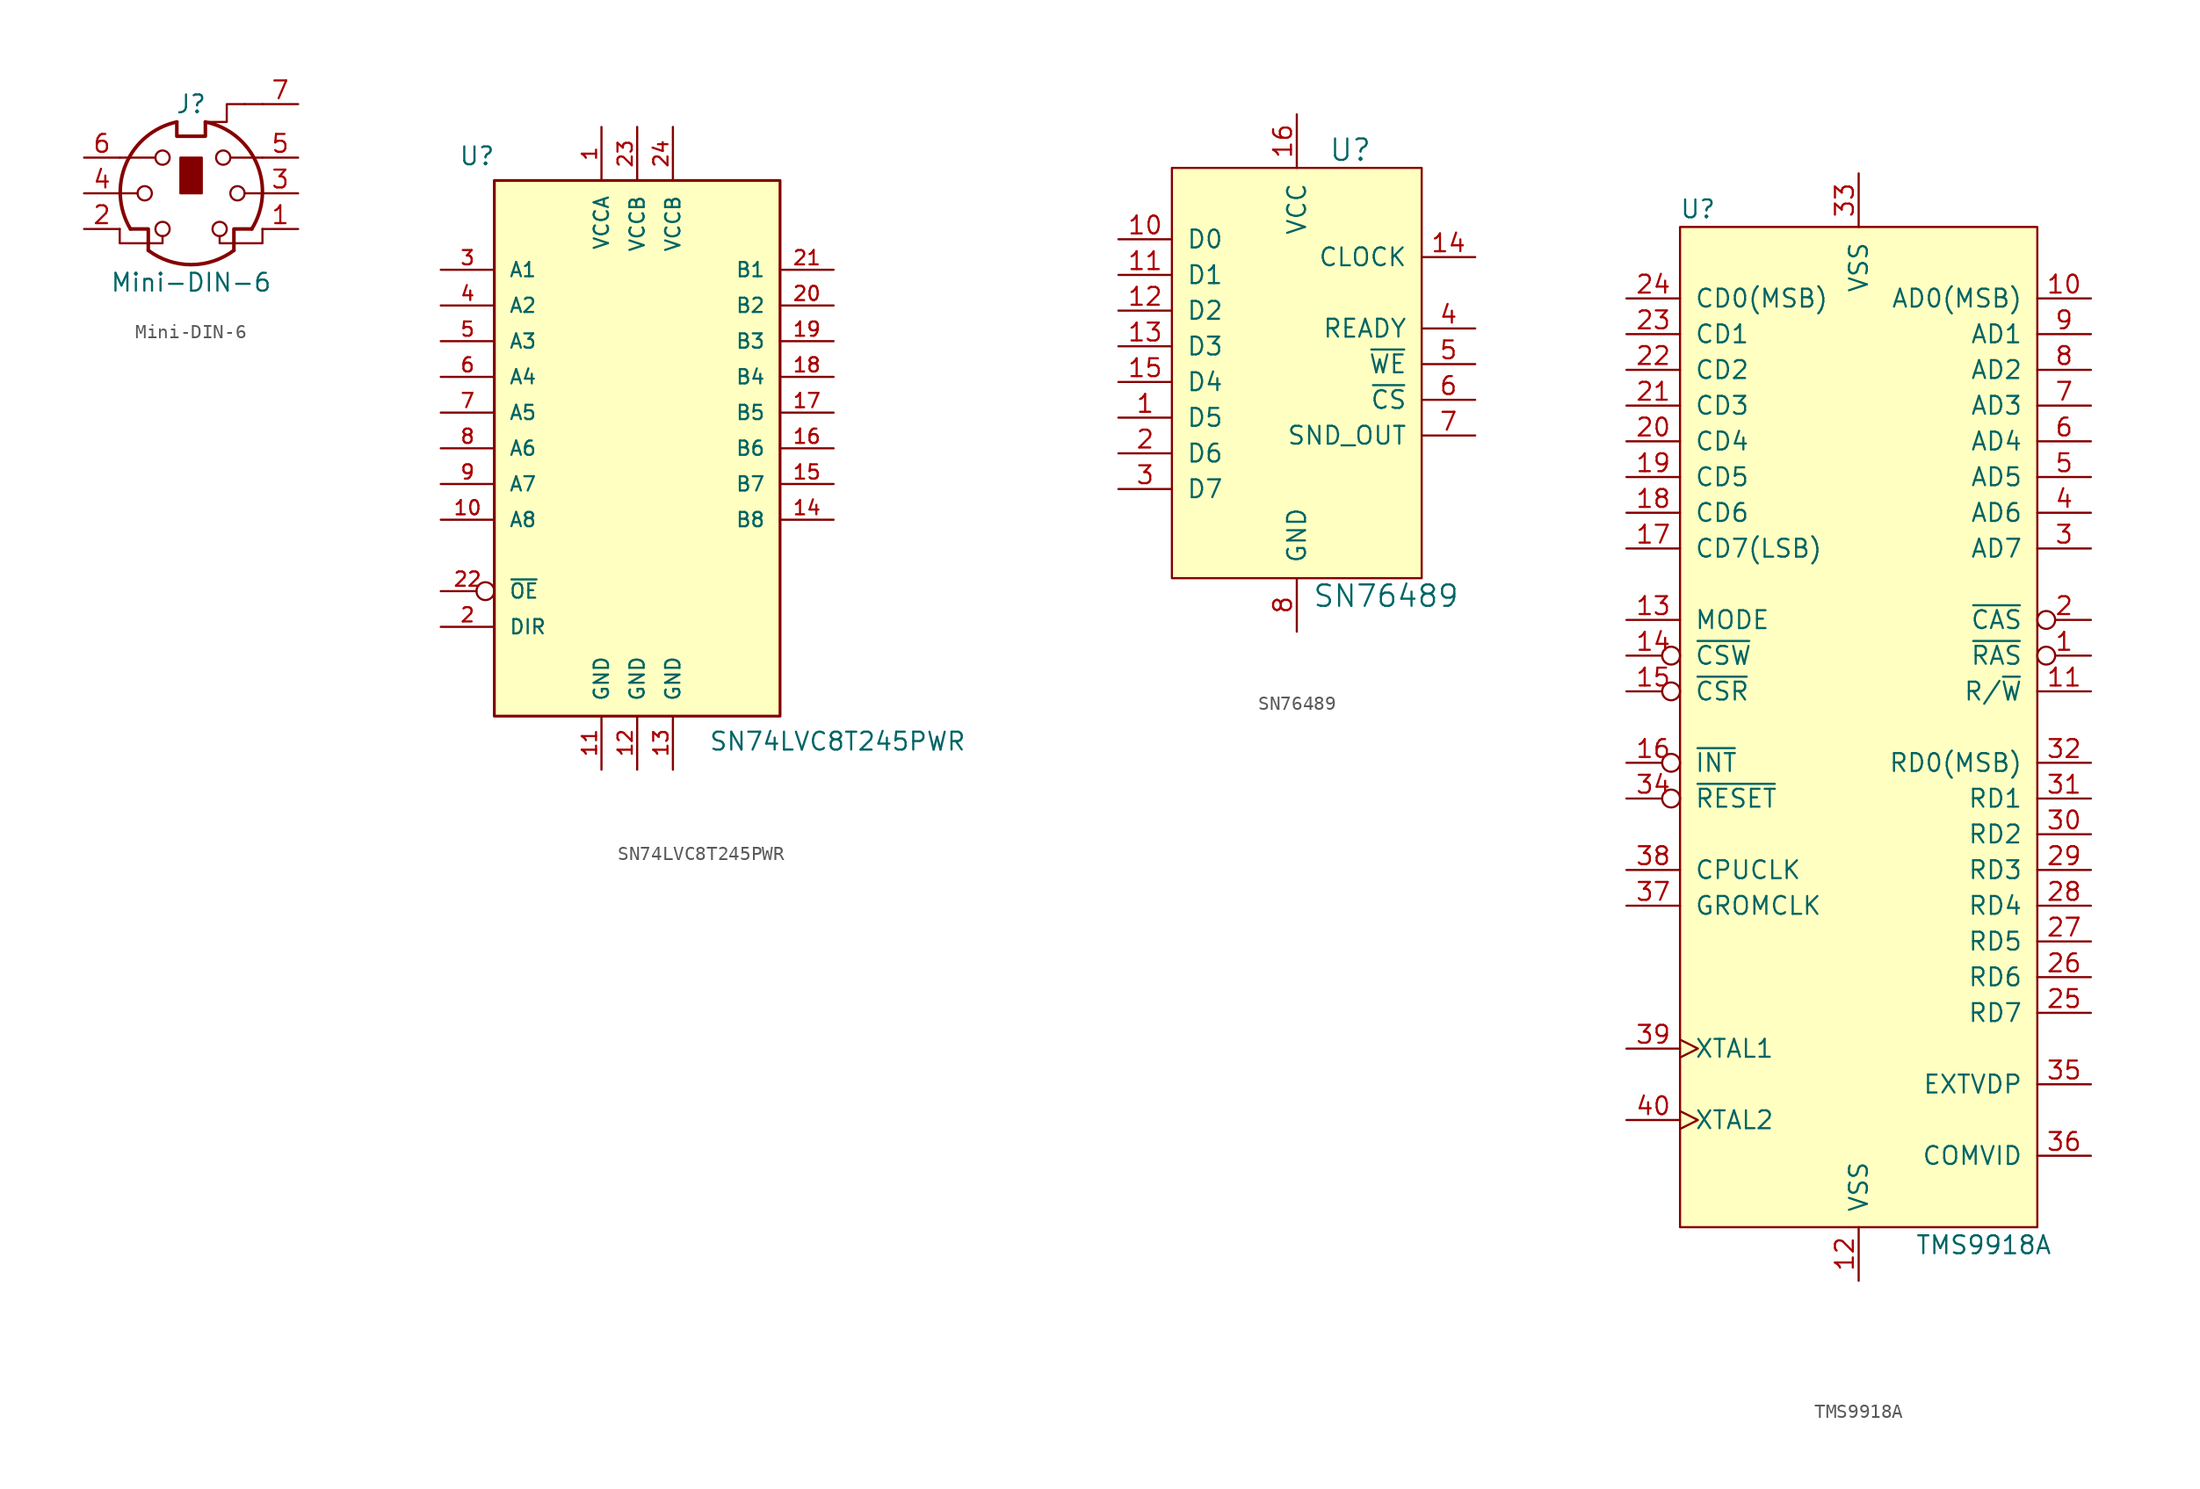
<source format=kicad_sym>
(kicad_symbol_lib
  (version 20220914)
  (generator kicad_symbol_editor)
  (symbol "Mini-DIN-6"
    (pin_names
      (offset 1.016))
    (property "Reference" "J"
      (at 0 6.35 0)
      (effects (font (size 1.27 1.27))))
    (property "Value" "Mini-DIN-6"
      (at 0 -6.35 0)
      (effects (font (size 1.27 1.27))))
    (symbol "Mini-DIN-6_0_1"
      (circle (center -3.302 0) (radius 0.508) (stroke (width 0) (type default)) (fill (type none)))
      (arc (start -3.048 -4.064) (mid 0 -5.08) (end 3.048 -4.064) (stroke (width 0.254) (type default)) (fill (type none)))
      (circle (center -2.032 -2.54) (radius 0.508) (stroke (width 0) (type default)) (fill (type none)))
      (circle (center -2.032 2.54) (radius 0.508) (stroke (width 0) (type default)) (fill (type none)))
      (arc (start -1.016 5.08) (mid -4.6228 2.1214) (end -4.318 -2.54) (stroke (width 0.254) (type default)) (fill (type none)))
      (rectangle (start -0.762 2.54) (end 0.762 0) (stroke (width 0) (type default)) (fill (type outline)))
      (polyline (pts (xy -3.81 0) (xy -5.08 0)) (stroke (width 0) (type default)) (fill (type none)))
      (polyline (pts (xy -2.54 2.54) (xy -5.08 2.54)) (stroke (width 0) (type default)) (fill (type none)))
      (polyline (pts (xy 2.794 2.54) (xy 5.08 2.54)) (stroke (width 0) (type default)) (fill (type none)))
      (polyline (pts (xy 5.08 0) (xy 3.81 0)) (stroke (width 0) (type default)) (fill (type none)))
      (polyline (pts (xy 5.08 6.35) (xy 3.81 6.35)) (stroke (width 0) (type default)) (fill (type none)))
      (polyline (pts (xy -4.318 -2.54) (xy -3.048 -2.54) (xy -3.048 -4.064)) (stroke (width 0.254) (type default)) (fill (type none)))
      (polyline (pts (xy 4.318 -2.54) (xy 3.048 -2.54) (xy 3.048 -4.064)) (stroke (width 0.254) (type default)) (fill (type none)))
      (polyline (pts (xy -2.032 -3.048) (xy -2.032 -3.556) (xy -5.08 -3.556) (xy -5.08 -2.54)) (stroke (width 0) (type default)) (fill (type none)))
      (polyline (pts (xy -1.016 5.08) (xy -1.016 4.064) (xy 1.016 4.064) (xy 1.016 5.08)) (stroke (width 0.254) (type default)) (fill (type none)))
      (polyline (pts (xy 2.032 -3.048) (xy 2.032 -3.556) (xy 5.08 -3.556) (xy 5.08 -2.54)) (stroke (width 0) (type default)) (fill (type none)))
      (polyline (pts (xy 3.81 6.35) (xy 2.54 6.35) (xy 2.54 5.08) (xy 1.27 5.08)) (stroke (width 0) (type default)) (fill (type none)))
      (circle (center 2.032 -2.54) (radius 0.508) (stroke (width 0) (type default)) (fill (type none)))
      (circle (center 2.286 2.54) (radius 0.508) (stroke (width 0) (type default)) (fill (type none)))
      (circle (center 3.302 0) (radius 0.508) (stroke (width 0) (type default)) (fill (type none)))
      (arc (start 4.318 -2.54) (mid 4.6661 2.1322) (end 1.016 5.08) (stroke (width 0.254) (type default)) (fill (type none))))
    (symbol "Mini-DIN-6_1_1"
      (pin passive line (at 7.62 -2.54 180) (length 2.54) (name "~" (effects (font (size 1.27 1.27)))) (number "1" (effects (font (size 1.27 1.27)))))
      (pin passive line (at -7.62 -2.54 0) (length 2.54) (name "~" (effects (font (size 1.27 1.27)))) (number "2" (effects (font (size 1.27 1.27)))))
      (pin passive line (at 7.62 0 180) (length 2.54) (name "~" (effects (font (size 1.27 1.27)))) (number "3" (effects (font (size 1.27 1.27)))))
      (pin passive line (at -7.62 0 0) (length 2.54) (name "~" (effects (font (size 1.27 1.27)))) (number "4" (effects (font (size 1.27 1.27)))))
      (pin passive line (at 7.62 2.54 180) (length 2.54) (name "~" (effects (font (size 1.27 1.27)))) (number "5" (effects (font (size 1.27 1.27)))))
      (pin passive line (at -7.62 2.54 0) (length 2.54) (name "~" (effects (font (size 1.27 1.27)))) (number "6" (effects (font (size 1.27 1.27)))))
      (pin power_in line (at 7.62 6.35 180) (length 2.54) (name "~" (effects (font (size 1.27 1.27)))) (number "7" (effects (font (size 1.27 1.27)))))))
  (symbol "SN74LVC8T245PWR"
    (pin_names
      (offset 1.016))
    (property "Reference" "U"
      (at -12.7 31.471 0)
      (effects (font (size 1.27 1.27)) (justify left bottom)))
    (property "Value" "SN74LVC8T245PWR"
      (at 5.08 -10.16 0)
      (effects (font (size 1.27 1.27)) (justify left bottom)))
    (symbol "SN74LVC8T245PWR_0_0"
      (rectangle (start -10.16 -7.62) (end 10.16 30.48) (stroke (width 0.203) (type default)) (fill (type background)))
      (pin power_in line (at -2.54 34.29 270) (length 3.81) (name "VCCA" (effects (font (size 1.016 1.016)))) (number "1" (effects (font (size 1.016 1.016)))))
      (pin bidirectional line (at -13.97 6.35 0) (length 3.81) (name "A8" (effects (font (size 1.016 1.016)))) (number "10" (effects (font (size 1.016 1.016)))))
      (pin power_in line (at -2.54 -11.43 90) (length 3.81) (name "GND" (effects (font (size 1.016 1.016)))) (number "11" (effects (font (size 1.016 1.016)))))
      (pin power_in line (at 0 -11.43 90) (length 3.81) (name "GND" (effects (font (size 1.016 1.016)))) (number "12" (effects (font (size 1.016 1.016)))))
      (pin power_in line (at 2.54 -11.43 90) (length 3.81) (name "GND" (effects (font (size 1.016 1.016)))) (number "13" (effects (font (size 1.016 1.016)))))
      (pin bidirectional line (at 13.97 6.35 180) (length 3.81) (name "B8" (effects (font (size 1.016 1.016)))) (number "14" (effects (font (size 1.016 1.016)))))
      (pin bidirectional line (at 13.97 8.89 180) (length 3.81) (name "B7" (effects (font (size 1.016 1.016)))) (number "15" (effects (font (size 1.016 1.016)))))
      (pin bidirectional line (at 13.97 11.43 180) (length 3.81) (name "B6" (effects (font (size 1.016 1.016)))) (number "16" (effects (font (size 1.016 1.016)))))
      (pin bidirectional line (at 13.97 13.97 180) (length 3.81) (name "B5" (effects (font (size 1.016 1.016)))) (number "17" (effects (font (size 1.016 1.016)))))
      (pin bidirectional line (at 13.97 16.51 180) (length 3.81) (name "B4" (effects (font (size 1.016 1.016)))) (number "18" (effects (font (size 1.016 1.016)))))
      (pin bidirectional line (at 13.97 19.05 180) (length 3.81) (name "B3" (effects (font (size 1.016 1.016)))) (number "19" (effects (font (size 1.016 1.016)))))
      (pin input line (at -13.97 -1.27 0) (length 3.81) (name "DIR" (effects (font (size 1.016 1.016)))) (number "2" (effects (font (size 1.016 1.016)))))
      (pin bidirectional line (at 13.97 21.59 180) (length 3.81) (name "B2" (effects (font (size 1.016 1.016)))) (number "20" (effects (font (size 1.016 1.016)))))
      (pin bidirectional line (at 13.97 24.13 180) (length 3.81) (name "B1" (effects (font (size 1.016 1.016)))) (number "21" (effects (font (size 1.016 1.016)))))
      (pin input inverted (at -13.97 1.27 0) (length 3.81) (name "~{OE}" (effects (font (size 1.016 1.016)))) (number "22" (effects (font (size 1.016 1.016)))))
      (pin power_in line (at 0 34.29 270) (length 3.81) (name "VCCB" (effects (font (size 1.016 1.016)))) (number "23" (effects (font (size 1.016 1.016)))))
      (pin power_in line (at 2.54 34.29 270) (length 3.81) (name "VCCB" (effects (font (size 1.016 1.016)))) (number "24" (effects (font (size 1.016 1.016)))))
      (pin bidirectional line (at -13.97 24.13 0) (length 3.81) (name "A1" (effects (font (size 1.016 1.016)))) (number "3" (effects (font (size 1.016 1.016)))))
      (pin bidirectional line (at -13.97 21.59 0) (length 3.81) (name "A2" (effects (font (size 1.016 1.016)))) (number "4" (effects (font (size 1.016 1.016)))))
      (pin bidirectional line (at -13.97 19.05 0) (length 3.81) (name "A3" (effects (font (size 1.016 1.016)))) (number "5" (effects (font (size 1.016 1.016)))))
      (pin bidirectional line (at -13.97 16.51 0) (length 3.81) (name "A4" (effects (font (size 1.016 1.016)))) (number "6" (effects (font (size 1.016 1.016)))))
      (pin bidirectional line (at -13.97 13.97 0) (length 3.81) (name "A5" (effects (font (size 1.016 1.016)))) (number "7" (effects (font (size 1.016 1.016)))))
      (pin bidirectional line (at -13.97 11.43 0) (length 3.81) (name "A6" (effects (font (size 1.016 1.016)))) (number "8" (effects (font (size 1.016 1.016)))))
      (pin bidirectional line (at -13.97 8.89 0) (length 3.81) (name "A7" (effects (font (size 1.016 1.016)))) (number "9" (effects (font (size 1.016 1.016)))))))
  (symbol "SN76489"
    (pin_names
      (offset 1.016))
    (property "Reference" "U"
      (at 3.81 15.24 0)
      (effects (font (size 1.524 1.524))))
    (property "Value" "SN76489"
      (at 6.35 -16.51 0)
      (effects (font (size 1.524 1.524))))
    (symbol "SN76489_0_1"
      (rectangle (start -8.89 13.97) (end 8.89 -15.24) (stroke (width 0) (type default)) (fill (type background))))
    (symbol "SN76489_1_1"
      (pin bidirectional line (at -12.7 -3.81 0) (length 3.81) (name "D5" (effects (font (size 1.27 1.27)))) (number "1" (effects (font (size 1.27 1.27)))))
      (pin bidirectional line (at -12.7 8.89 0) (length 3.81) (name "D0" (effects (font (size 1.27 1.27)))) (number "10" (effects (font (size 1.27 1.27)))))
      (pin bidirectional line (at -12.7 6.35 0) (length 3.81) (name "D1" (effects (font (size 1.27 1.27)))) (number "11" (effects (font (size 1.27 1.27)))))
      (pin bidirectional line (at -12.7 3.81 0) (length 3.81) (name "D2" (effects (font (size 1.27 1.27)))) (number "12" (effects (font (size 1.27 1.27)))))
      (pin bidirectional line (at -12.7 1.27 0) (length 3.81) (name "D3" (effects (font (size 1.27 1.27)))) (number "13" (effects (font (size 1.27 1.27)))))
      (pin input line (at 12.7 7.62 180) (length 3.81) (name "CLOCK" (effects (font (size 1.27 1.27)))) (number "14" (effects (font (size 1.27 1.27)))))
      (pin bidirectional line (at -12.7 -1.27 0) (length 3.81) (name "D4" (effects (font (size 1.27 1.27)))) (number "15" (effects (font (size 1.27 1.27)))))
      (pin power_in line (at 0 17.78 270) (length 3.81) (name "VCC" (effects (font (size 1.27 1.27)))) (number "16" (effects (font (size 1.27 1.27)))))
      (pin bidirectional line (at -12.7 -6.35 0) (length 3.81) (name "D6" (effects (font (size 1.27 1.27)))) (number "2" (effects (font (size 1.27 1.27)))))
      (pin bidirectional line (at -12.7 -8.89 0) (length 3.81) (name "D7" (effects (font (size 1.27 1.27)))) (number "3" (effects (font (size 1.27 1.27)))))
      (pin input line (at 12.7 2.54 180) (length 3.81) (name "READY" (effects (font (size 1.27 1.27)))) (number "4" (effects (font (size 1.27 1.27)))))
      (pin input line (at 12.7 0 180) (length 3.81) (name "~{WE}" (effects (font (size 1.27 1.27)))) (number "5" (effects (font (size 1.27 1.27)))))
      (pin input line (at 12.7 -2.54 180) (length 3.81) (name "~{CS}" (effects (font (size 1.27 1.27)))) (number "6" (effects (font (size 1.27 1.27)))))
      (pin output line (at 12.7 -5.08 180) (length 3.81) (name "SND_OUT" (effects (font (size 1.27 1.27)))) (number "7" (effects (font (size 1.27 1.27)))))
      (pin power_in line (at 0 -19.05 90) (length 3.81) (name "GND" (effects (font (size 1.27 1.27)))) (number "8" (effects (font (size 1.27 1.27)))))
      (pin no_connect line (at 12.7 5.08 180) (length 3.81) hide (name "NC" (effects (font (size 1.27 1.27)))) (number "9" (effects (font (size 1.27 1.27)))))))
  (symbol "TMS9918A"
    (pin_names
      (offset 1.016))
    (property "Reference" "U"
      (at -11.43 43.18 0)
      (effects (font (size 1.27 1.27))))
    (property "Value" "TMS9918A"
      (at 8.89 -30.48 0)
      (effects (font (size 1.27 1.27))))
    (symbol "TMS9918A_0_1"
      (rectangle (start -12.7 41.91) (end 12.7 -29.21) (stroke (width 0) (type default)) (fill (type background))))
    (symbol "TMS9918A_1_1"
      (pin output inverted (at 16.51 11.43 180) (length 3.81) (name "~{RAS}" (effects (font (size 1.27 1.27)))) (number "1" (effects (font (size 1.27 1.27)))))
      (pin output line (at 16.51 36.83 180) (length 3.81) (name "AD0(MSB)" (effects (font (size 1.27 1.27)))) (number "10" (effects (font (size 1.27 1.27)))))
      (pin output line (at 16.51 8.89 180) (length 3.81) (name "R/~{W}" (effects (font (size 1.27 1.27)))) (number "11" (effects (font (size 1.27 1.27)))))
      (pin power_in line (at 0 -33.02 90) (length 3.81) (name "VSS" (effects (font (size 1.27 1.27)))) (number "12" (effects (font (size 1.27 1.27)))))
      (pin input line (at -16.51 13.97 0) (length 3.81) (name "MODE" (effects (font (size 1.27 1.27)))) (number "13" (effects (font (size 1.27 1.27)))))
      (pin input inverted (at -16.51 11.43 0) (length 3.81) (name "~{CSW}" (effects (font (size 1.27 1.27)))) (number "14" (effects (font (size 1.27 1.27)))))
      (pin input inverted (at -16.51 8.89 0) (length 3.81) (name "~{CSR}" (effects (font (size 1.27 1.27)))) (number "15" (effects (font (size 1.27 1.27)))))
      (pin output inverted (at -16.51 3.81 0) (length 3.81) (name "~{INT}" (effects (font (size 1.27 1.27)))) (number "16" (effects (font (size 1.27 1.27)))))
      (pin bidirectional line (at -16.51 19.05 0) (length 3.81) (name "CD7(LSB)" (effects (font (size 1.27 1.27)))) (number "17" (effects (font (size 1.27 1.27)))))
      (pin bidirectional line (at -16.51 21.59 0) (length 3.81) (name "CD6" (effects (font (size 1.27 1.27)))) (number "18" (effects (font (size 1.27 1.27)))))
      (pin bidirectional line (at -16.51 24.13 0) (length 3.81) (name "CD5" (effects (font (size 1.27 1.27)))) (number "19" (effects (font (size 1.27 1.27)))))
      (pin output inverted (at 16.51 13.97 180) (length 3.81) (name "~{CAS}" (effects (font (size 1.27 1.27)))) (number "2" (effects (font (size 1.27 1.27)))))
      (pin bidirectional line (at -16.51 26.67 0) (length 3.81) (name "CD4" (effects (font (size 1.27 1.27)))) (number "20" (effects (font (size 1.27 1.27)))))
      (pin bidirectional line (at -16.51 29.21 0) (length 3.81) (name "CD3" (effects (font (size 1.27 1.27)))) (number "21" (effects (font (size 1.27 1.27)))))
      (pin bidirectional line (at -16.51 31.75 0) (length 3.81) (name "CD2" (effects (font (size 1.27 1.27)))) (number "22" (effects (font (size 1.27 1.27)))))
      (pin bidirectional line (at -16.51 34.29 0) (length 3.81) (name "CD1" (effects (font (size 1.27 1.27)))) (number "23" (effects (font (size 1.27 1.27)))))
      (pin bidirectional line (at -16.51 36.83 0) (length 3.81) (name "CD0(MSB)" (effects (font (size 1.27 1.27)))) (number "24" (effects (font (size 1.27 1.27)))))
      (pin bidirectional line (at 16.51 -13.97 180) (length 3.81) (name "RD7" (effects (font (size 1.27 1.27)))) (number "25" (effects (font (size 1.27 1.27)))))
      (pin bidirectional line (at 16.51 -11.43 180) (length 3.81) (name "RD6" (effects (font (size 1.27 1.27)))) (number "26" (effects (font (size 1.27 1.27)))))
      (pin bidirectional line (at 16.51 -8.89 180) (length 3.81) (name "RD5" (effects (font (size 1.27 1.27)))) (number "27" (effects (font (size 1.27 1.27)))))
      (pin bidirectional line (at 16.51 -6.35 180) (length 3.81) (name "RD4" (effects (font (size 1.27 1.27)))) (number "28" (effects (font (size 1.27 1.27)))))
      (pin bidirectional line (at 16.51 -3.81 180) (length 3.81) (name "RD3" (effects (font (size 1.27 1.27)))) (number "29" (effects (font (size 1.27 1.27)))))
      (pin output line (at 16.51 19.05 180) (length 3.81) (name "AD7" (effects (font (size 1.27 1.27)))) (number "3" (effects (font (size 1.27 1.27)))))
      (pin bidirectional line (at 16.51 -1.27 180) (length 3.81) (name "RD2" (effects (font (size 1.27 1.27)))) (number "30" (effects (font (size 1.27 1.27)))))
      (pin bidirectional line (at 16.51 1.27 180) (length 3.81) (name "RD1" (effects (font (size 1.27 1.27)))) (number "31" (effects (font (size 1.27 1.27)))))
      (pin bidirectional line (at 16.51 3.81 180) (length 3.81) (name "RD0(MSB)" (effects (font (size 1.27 1.27)))) (number "32" (effects (font (size 1.27 1.27)))))
      (pin power_in line (at 0 45.72 270) (length 3.81) (name "VSS" (effects (font (size 1.27 1.27)))) (number "33" (effects (font (size 1.27 1.27)))))
      (pin input inverted (at -16.51 1.27 0) (length 3.81) (name "~{RESET}" (effects (font (size 1.27 1.27)))) (number "34" (effects (font (size 1.27 1.27)))))
      (pin bidirectional line (at 16.51 -19.05 180) (length 3.81) (name "EXTVDP" (effects (font (size 1.27 1.27)))) (number "35" (effects (font (size 1.27 1.27)))))
      (pin output line (at 16.51 -24.13 180) (length 3.81) (name "COMVID" (effects (font (size 1.27 1.27)))) (number "36" (effects (font (size 1.27 1.27)))))
      (pin output line (at -16.51 -6.35 0) (length 3.81) (name "GROMCLK" (effects (font (size 1.27 1.27)))) (number "37" (effects (font (size 1.27 1.27)))))
      (pin output line (at -16.51 -3.81 0) (length 3.81) (name "CPUCLK" (effects (font (size 1.27 1.27)))) (number "38" (effects (font (size 1.27 1.27)))))
      (pin input clock (at -16.51 -16.51 0) (length 3.81) (name "XTAL1" (effects (font (size 1.27 1.27)))) (number "39" (effects (font (size 1.27 1.27)))))
      (pin output line (at 16.51 21.59 180) (length 3.81) (name "AD6" (effects (font (size 1.27 1.27)))) (number "4" (effects (font (size 1.27 1.27)))))
      (pin input clock (at -16.51 -21.59 0) (length 3.81) (name "XTAL2" (effects (font (size 1.27 1.27)))) (number "40" (effects (font (size 1.27 1.27)))))
      (pin output line (at 16.51 24.13 180) (length 3.81) (name "AD5" (effects (font (size 1.27 1.27)))) (number "5" (effects (font (size 1.27 1.27)))))
      (pin output line (at 16.51 26.67 180) (length 3.81) (name "AD4" (effects (font (size 1.27 1.27)))) (number "6" (effects (font (size 1.27 1.27)))))
      (pin output line (at 16.51 29.21 180) (length 3.81) (name "AD3" (effects (font (size 1.27 1.27)))) (number "7" (effects (font (size 1.27 1.27)))))
      (pin output line (at 16.51 31.75 180) (length 3.81) (name "AD2" (effects (font (size 1.27 1.27)))) (number "8" (effects (font (size 1.27 1.27)))))
      (pin output line (at 16.51 34.29 180) (length 3.81) (name "AD1" (effects (font (size 1.27 1.27)))) (number "9" (effects (font (size 1.27 1.27))))))))
</source>
